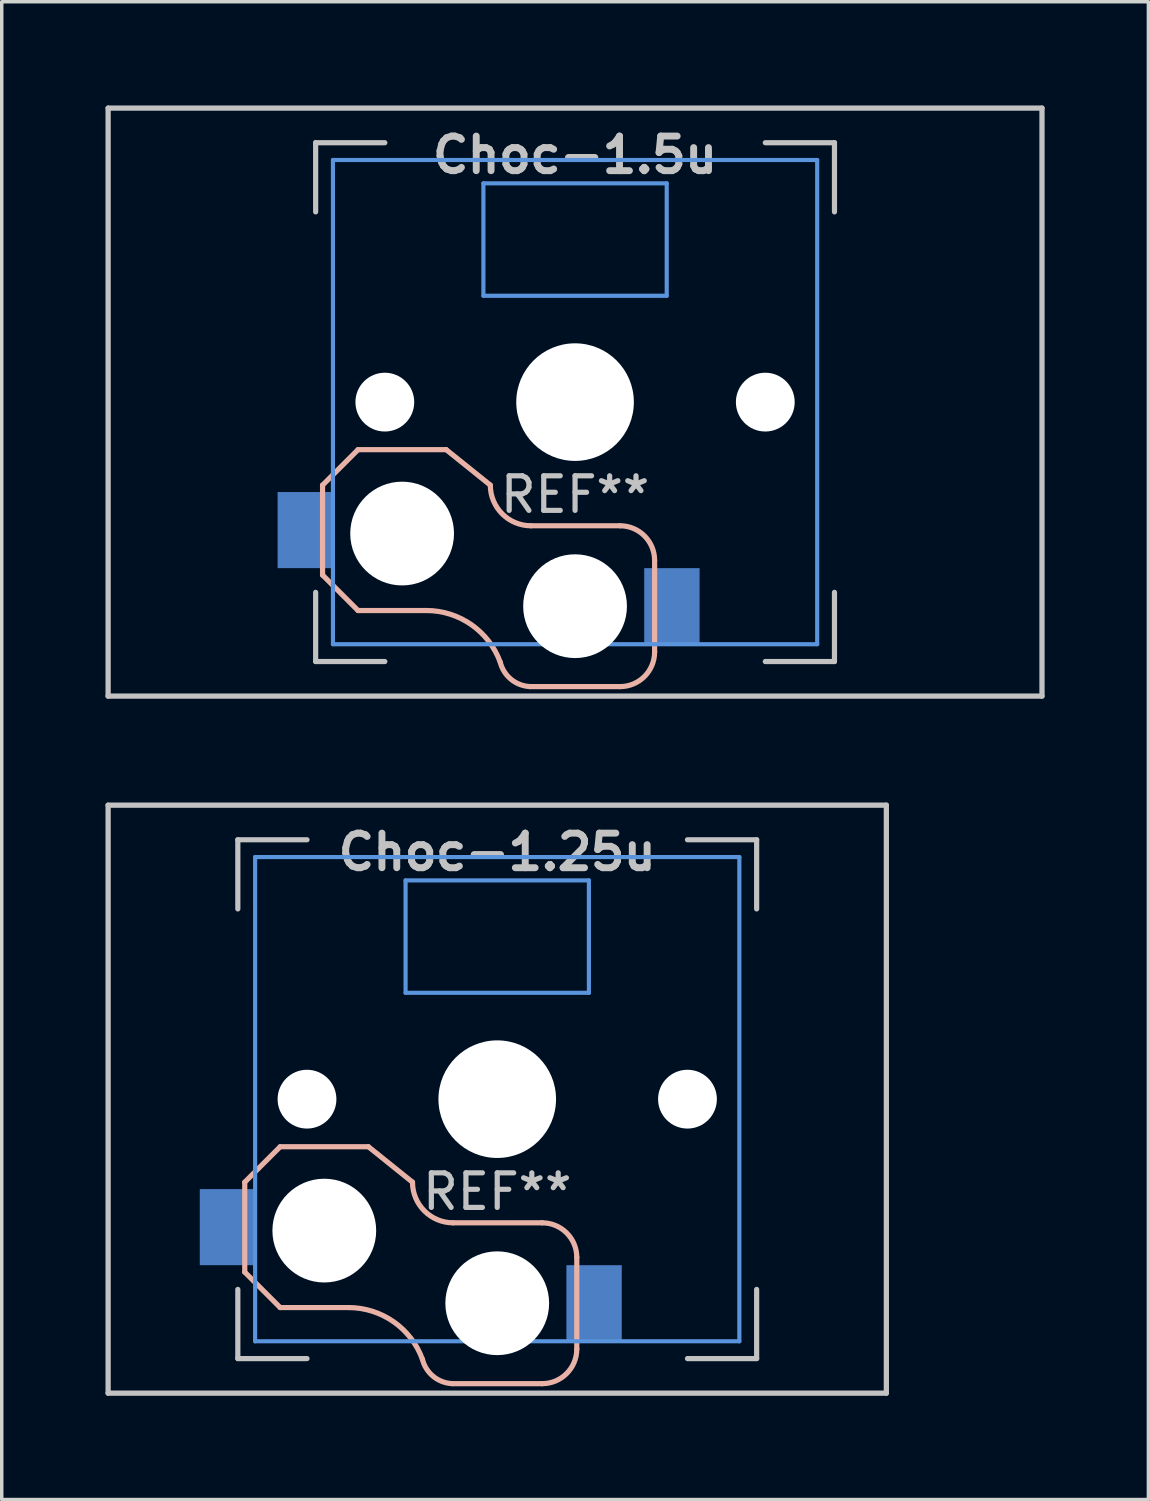
<source format=kicad_pcb>
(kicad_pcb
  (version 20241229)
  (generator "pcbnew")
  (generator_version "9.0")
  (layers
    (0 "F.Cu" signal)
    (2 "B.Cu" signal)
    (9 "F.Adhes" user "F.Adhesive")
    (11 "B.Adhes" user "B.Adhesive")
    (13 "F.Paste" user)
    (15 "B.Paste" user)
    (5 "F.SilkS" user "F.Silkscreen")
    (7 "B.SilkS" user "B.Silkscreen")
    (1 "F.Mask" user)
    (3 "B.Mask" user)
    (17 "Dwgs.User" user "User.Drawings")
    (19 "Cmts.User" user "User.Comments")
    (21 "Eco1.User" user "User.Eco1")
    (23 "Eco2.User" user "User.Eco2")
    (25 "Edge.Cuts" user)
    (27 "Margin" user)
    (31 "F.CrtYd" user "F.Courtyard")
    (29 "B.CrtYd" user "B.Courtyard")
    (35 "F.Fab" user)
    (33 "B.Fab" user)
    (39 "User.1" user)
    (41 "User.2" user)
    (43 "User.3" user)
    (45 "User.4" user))
  (footprint "Choc-1.25u"
    (layer "F.Cu")
    (at 11.326 28.729)
    (property "Reference" "Choc-1.25u" (at 0 -7.144 180) (layer "Dwgs.User") (effects (font (size 1 1) (thickness 0.2))))
    (attr smd)
    (fp_line (start -7.3 2.4) (end -7.3 5) (stroke (width 0.15) (type solid)) (layer "B.SilkS"))
    (fp_line (start -7.3 2.4) (end -6.275 1.375) (stroke (width 0.15) (type solid)) (layer "B.SilkS"))
    (fp_line (start -7.3 5) (end -6.275 6.025) (stroke (width 0.15) (type solid)) (layer "B.SilkS"))
    (fp_line (start -4.3 6.025) (end -6.275 6.025) (stroke (width 0.15) (type solid)) (layer "B.SilkS"))
    (fp_line (start -3.725 1.375) (end -6.275 1.375) (stroke (width 0.15) (type solid)) (layer "B.SilkS"))
    (fp_line (start -3.725 1.375) (end -2.45 2.4) (stroke (width 0.15) (type solid)) (layer "B.SilkS"))
    (fp_line (start 1.3 3.575) (end -1.275 3.575) (stroke (width 0.15) (type solid)) (layer "B.SilkS"))
    (fp_line (start 1.3 8.225) (end -1.3 8.225) (stroke (width 0.15) (type solid)) (layer "B.SilkS"))
    (fp_line (start 2.3 4.575) (end 2.3 7.225) (stroke (width 0.15) (type solid)) (layer "B.SilkS"))
    (fp_arc (start -4.3 6.025) (mid -2.995114 6.436429) (end -2.162199 7.521904) (stroke (width 0.15) (type solid)) (layer "B.SilkS"))
    (fp_arc (start -1.300995 8.223791) (mid -1.848284 8.016021) (end -2.162199 7.521904) (stroke (width 0.15) (type solid)) (layer "B.SilkS"))
    (fp_arc (start -1.275 3.575) (mid -2.10585 3.23085) (end -2.45 2.4) (stroke (width 0.15) (type solid)) (layer "B.SilkS"))
    (fp_arc (start 1.3 3.575) (mid 2.007107 3.867893) (end 2.3 4.575) (stroke (width 0.15) (type solid)) (layer "B.SilkS"))
    (fp_arc (start 2.3 7.225) (mid 2.007107 7.932107) (end 1.3 8.225) (stroke (width 0.15) (type solid)) (layer "B.SilkS"))
    (fp_line (start -11.25 -8.5) (end 11.25 -8.5) (stroke (width 0.152) (type solid)) (layer "Dwgs.User"))
    (fp_line (start -11.25 8.5) (end -11.25 -8.5) (stroke (width 0.152) (type solid)) (layer "Dwgs.User"))
    (fp_line (start -7.5 -7.5) (end -7.5 -5.5) (stroke (width 0.15) (type solid)) (layer "Dwgs.User"))
    (fp_line (start -7.5 7.5) (end -7.5 5.5) (stroke (width 0.15) (type solid)) (layer "Dwgs.User"))
    (fp_line (start -5.5 -7.5) (end -7.5 -7.5) (stroke (width 0.15) (type solid)) (layer "Dwgs.User"))
    (fp_line (start -5.5 7.5) (end -7.5 7.5) (stroke (width 0.15) (type solid)) (layer "Dwgs.User"))
    (fp_line (start 5.5 -7.5) (end 7.5 -7.5) (stroke (width 0.15) (type solid)) (layer "Dwgs.User"))
    (fp_line (start 5.5 7.5) (end 7.5 7.5) (stroke (width 0.15) (type solid)) (layer "Dwgs.User"))
    (fp_line (start 7.5 -7.5) (end 7.5 -5.5) (stroke (width 0.15) (type solid)) (layer "Dwgs.User"))
    (fp_line (start 7.5 7.5) (end 7.5 5.5) (stroke (width 0.15) (type solid)) (layer "Dwgs.User"))
    (fp_line (start 11.25 -8.5) (end 11.25 8.5) (stroke (width 0.152) (type solid)) (layer "Dwgs.User"))
    (fp_line (start 11.25 8.5) (end -11.25 8.5) (stroke (width 0.152) (type solid)) (layer "Dwgs.User"))
    (fp_line (start -7 -7) (end -7 7) (stroke (width 0.12) (type solid)) (layer "Cmts.User"))
    (fp_line (start -7 7) (end 7 7) (stroke (width 0.12) (type solid)) (layer "Cmts.User"))
    (fp_line (start -2.65 -6.325) (end 2.65 -6.325) (stroke (width 0.12) (type solid)) (layer "Cmts.User"))
    (fp_line (start -2.65 -3.075) (end -2.65 -6.325) (stroke (width 0.12) (type solid)) (layer "Cmts.User"))
    (fp_line (start 2.65 -6.325) (end 2.65 -3.075) (stroke (width 0.12) (type solid)) (layer "Cmts.User"))
    (fp_line (start 2.65 -3.075) (end -2.65 -3.075) (stroke (width 0.12) (type solid)) (layer "Cmts.User"))
    (fp_line (start 7 -7) (end -7 -7) (stroke (width 0.12) (type solid)) (layer "Cmts.User"))
    (fp_line (start 7 7) (end 7 -7) (stroke (width 0.12) (type solid)) (layer "Cmts.User"))
    (fp_text user "REF**" (at 0 2.675 0) (layer "Dwgs.User") (effects (font (size 1 1) (thickness 0.15))))
    (pad "" np_thru_hole circle (at -5.5 0 180) (size 1.7 1.7) (drill 1.7) (layers "*.Cu" "*.Mask"))
    (pad "" np_thru_hole circle (at -5 3.8 90) (size 3 3) (drill 3) (layers "*.Cu" "*.Mask"))
    (pad "" np_thru_hole circle (at 0 0 90) (size 3.4 3.4) (drill 3.4) (layers "*.Cu" "*.Mask"))
    (pad "" np_thru_hole circle (at 0 5.9 90) (size 3 3) (drill 3) (layers "*.Cu" "*.Mask"))
    (pad "" np_thru_hole circle (at 5.5 0 180) (size 1.7 1.7) (drill 1.7) (layers "*.Cu" "*.Mask"))
    (pad "1" smd rect (at -7.8 3.7 180) (size 1.6 2.2) (layers "B.Cu" "B.Mask" "B.Paste"))
    (pad "2" smd rect (at 2.8 5.9 180) (size 1.6 2.2) (layers "B.Cu" "B.Mask" "B.Paste")))
  (footprint "Choc-1.5u"
    (layer "F.Cu")
    (at 13.576 8.576)
    (property "Reference" "Choc-1.5u" (at 0 -7.144 180) (layer "Dwgs.User") (effects (font (size 1 1) (thickness 0.2))))
    (attr smd)
    (fp_line (start -7.3 2.4) (end -7.3 5) (stroke (width 0.15) (type solid)) (layer "B.SilkS"))
    (fp_line (start -7.3 2.4) (end -6.275 1.375) (stroke (width 0.15) (type solid)) (layer "B.SilkS"))
    (fp_line (start -7.3 5) (end -6.275 6.025) (stroke (width 0.15) (type solid)) (layer "B.SilkS"))
    (fp_line (start -4.3 6.025) (end -6.275 6.025) (stroke (width 0.15) (type solid)) (layer "B.SilkS"))
    (fp_line (start -3.725 1.375) (end -6.275 1.375) (stroke (width 0.15) (type solid)) (layer "B.SilkS"))
    (fp_line (start -3.725 1.375) (end -2.45 2.4) (stroke (width 0.15) (type solid)) (layer "B.SilkS"))
    (fp_line (start 1.3 3.575) (end -1.275 3.575) (stroke (width 0.15) (type solid)) (layer "B.SilkS"))
    (fp_line (start 1.3 8.225) (end -1.3 8.225) (stroke (width 0.15) (type solid)) (layer "B.SilkS"))
    (fp_line (start 2.3 4.575) (end 2.3 7.225) (stroke (width 0.15) (type solid)) (layer "B.SilkS"))
    (fp_arc (start -4.3 6.025) (mid -2.995114 6.436429) (end -2.162199 7.521904) (stroke (width 0.15) (type solid)) (layer "B.SilkS"))
    (fp_arc (start -1.300995 8.223791) (mid -1.848284 8.016021) (end -2.162199 7.521904) (stroke (width 0.15) (type solid)) (layer "B.SilkS"))
    (fp_arc (start -1.275 3.575) (mid -2.10585 3.23085) (end -2.45 2.4) (stroke (width 0.15) (type solid)) (layer "B.SilkS"))
    (fp_arc (start 1.3 3.575) (mid 2.007107 3.867893) (end 2.3 4.575) (stroke (width 0.15) (type solid)) (layer "B.SilkS"))
    (fp_arc (start 2.3 7.225) (mid 2.007107 7.932107) (end 1.3 8.225) (stroke (width 0.15) (type solid)) (layer "B.SilkS"))
    (fp_line (start -13.5 -8.5) (end 13.5 -8.5) (stroke (width 0.152) (type solid)) (layer "Dwgs.User"))
    (fp_line (start -13.5 8.5) (end -13.5 -8.5) (stroke (width 0.152) (type solid)) (layer "Dwgs.User"))
    (fp_line (start -7.5 -7.5) (end -7.5 -5.5) (stroke (width 0.15) (type solid)) (layer "Dwgs.User"))
    (fp_line (start -7.5 7.5) (end -7.5 5.5) (stroke (width 0.15) (type solid)) (layer "Dwgs.User"))
    (fp_line (start -5.5 -7.5) (end -7.5 -7.5) (stroke (width 0.15) (type solid)) (layer "Dwgs.User"))
    (fp_line (start -5.5 7.5) (end -7.5 7.5) (stroke (width 0.15) (type solid)) (layer "Dwgs.User"))
    (fp_line (start 5.5 -7.5) (end 7.5 -7.5) (stroke (width 0.15) (type solid)) (layer "Dwgs.User"))
    (fp_line (start 5.5 7.5) (end 7.5 7.5) (stroke (width 0.15) (type solid)) (layer "Dwgs.User"))
    (fp_line (start 7.5 -7.5) (end 7.5 -5.5) (stroke (width 0.15) (type solid)) (layer "Dwgs.User"))
    (fp_line (start 7.5 7.5) (end 7.5 5.5) (stroke (width 0.15) (type solid)) (layer "Dwgs.User"))
    (fp_line (start 13.5 -8.5) (end 13.5 8.5) (stroke (width 0.152) (type solid)) (layer "Dwgs.User"))
    (fp_line (start 13.5 8.5) (end -13.5 8.5) (stroke (width 0.152) (type solid)) (layer "Dwgs.User"))
    (fp_line (start -7 -7) (end -7 7) (stroke (width 0.12) (type solid)) (layer "Cmts.User"))
    (fp_line (start -7 7) (end 7 7) (stroke (width 0.12) (type solid)) (layer "Cmts.User"))
    (fp_line (start -2.65 -6.325) (end 2.65 -6.325) (stroke (width 0.12) (type solid)) (layer "Cmts.User"))
    (fp_line (start -2.65 -3.075) (end -2.65 -6.325) (stroke (width 0.12) (type solid)) (layer "Cmts.User"))
    (fp_line (start 2.65 -6.325) (end 2.65 -3.075) (stroke (width 0.12) (type solid)) (layer "Cmts.User"))
    (fp_line (start 2.65 -3.075) (end -2.65 -3.075) (stroke (width 0.12) (type solid)) (layer "Cmts.User"))
    (fp_line (start 7 -7) (end -7 -7) (stroke (width 0.12) (type solid)) (layer "Cmts.User"))
    (fp_line (start 7 7) (end 7 -7) (stroke (width 0.12) (type solid)) (layer "Cmts.User"))
    (fp_text user "REF**" (at 0 2.675 0) (layer "Dwgs.User") (effects (font (size 1 1) (thickness 0.15))))
    (pad "" np_thru_hole circle (at -5.5 0 180) (size 1.7 1.7) (drill 1.7) (layers "*.Cu" "*.Mask"))
    (pad "" np_thru_hole circle (at -5 3.8 90) (size 3 3) (drill 3) (layers "*.Cu" "*.Mask"))
    (pad "" np_thru_hole circle (at 0 0 90) (size 3.4 3.4) (drill 3.4) (layers "*.Cu" "*.Mask"))
    (pad "" np_thru_hole circle (at 0 5.9 90) (size 3 3) (drill 3) (layers "*.Cu" "*.Mask"))
    (pad "" np_thru_hole circle (at 5.5 0 180) (size 1.7 1.7) (drill 1.7) (layers "*.Cu" "*.Mask"))
    (pad "1" smd rect (at -7.8 3.7 180) (size 1.6 2.2) (layers "B.Cu" "B.Mask" "B.Paste"))
    (pad "2" smd rect (at 2.8 5.9 180) (size 1.6 2.2) (layers "B.Cu" "B.Mask" "B.Paste")))
  (gr_rect
    (start -3 -3)
    (end 30.152 40.305)
    (stroke (width 0.1) (type default))
    (fill no)
    (layer "Edge.Cuts")))
</source>
